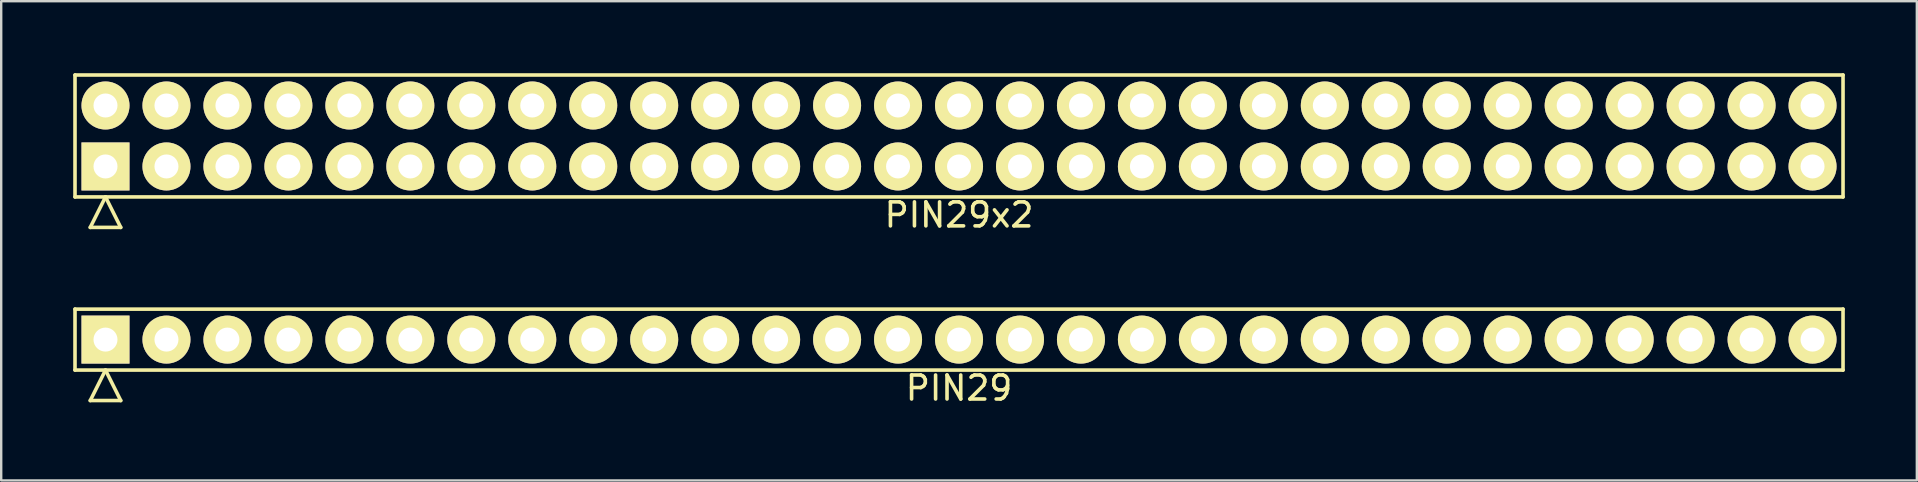
<source format=kicad_pcb>
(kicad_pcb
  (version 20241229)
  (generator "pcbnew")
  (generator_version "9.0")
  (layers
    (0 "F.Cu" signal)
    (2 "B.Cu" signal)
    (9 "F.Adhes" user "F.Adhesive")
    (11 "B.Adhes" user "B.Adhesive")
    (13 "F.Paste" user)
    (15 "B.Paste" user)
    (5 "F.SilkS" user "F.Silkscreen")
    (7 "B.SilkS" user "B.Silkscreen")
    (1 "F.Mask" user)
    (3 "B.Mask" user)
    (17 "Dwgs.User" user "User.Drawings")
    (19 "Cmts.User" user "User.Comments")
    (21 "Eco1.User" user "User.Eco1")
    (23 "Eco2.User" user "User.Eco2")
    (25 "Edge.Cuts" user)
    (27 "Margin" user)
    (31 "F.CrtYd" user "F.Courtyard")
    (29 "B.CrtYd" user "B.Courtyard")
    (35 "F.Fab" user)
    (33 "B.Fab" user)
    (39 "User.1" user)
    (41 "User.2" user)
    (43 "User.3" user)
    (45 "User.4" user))
  (footprint "PIN29x2"
    (layer "F.Cu")
    (at 36.905 2.615)
    (property "Reference" "PIN29x2" (at 0 3.29 0) (layer "F.SilkS") (effects (font (size 1 1) (thickness 0.15))))
    (attr through_hole)
    (fp_line (start -36.83 -2.54) (end -36.83 2.54) (stroke (width 0.15) (type solid)) (layer "F.SilkS"))
    (fp_line (start -36.83 2.54) (end 36.83 2.54) (stroke (width 0.15) (type solid)) (layer "F.SilkS"))
    (fp_line (start -36.195 3.81) (end -35.56 2.54) (stroke (width 0.15) (type solid)) (layer "F.SilkS"))
    (fp_line (start -36.195 3.81) (end -34.925 3.81) (stroke (width 0.15) (type solid)) (layer "F.SilkS"))
    (fp_line (start -34.925 3.81) (end -35.56 2.54) (stroke (width 0.15) (type solid)) (layer "F.SilkS"))
    (fp_line (start 36.83 -2.54) (end -36.83 -2.54) (stroke (width 0.15) (type solid)) (layer "F.SilkS"))
    (fp_line (start 36.83 2.54) (end 36.83 -2.54) (stroke (width 0.15) (type solid)) (layer "F.SilkS"))
    (pad "1" thru_hole rect (at -35.56 1.27) (size 2 2) (drill 1) (layers "*.Cu" "*.Mask" "F.SilkS"))
    (pad "2" thru_hole circle (at -35.56 -1.27) (size 2 2) (drill 1) (layers "*.Cu" "*.Mask" "F.SilkS"))
    (pad "3" thru_hole circle (at -33.02 1.27) (size 2 2) (drill 1) (layers "*.Cu" "*.Mask" "F.SilkS"))
    (pad "4" thru_hole circle (at -33.02 -1.27) (size 2 2) (drill 1) (layers "*.Cu" "*.Mask" "F.SilkS"))
    (pad "5" thru_hole circle (at -30.48 1.27) (size 2 2) (drill 1) (layers "*.Cu" "*.Mask" "F.SilkS"))
    (pad "6" thru_hole circle (at -30.48 -1.27) (size 2 2) (drill 1) (layers "*.Cu" "*.Mask" "F.SilkS"))
    (pad "7" thru_hole circle (at -27.94 1.27) (size 2 2) (drill 1) (layers "*.Cu" "*.Mask" "F.SilkS"))
    (pad "8" thru_hole circle (at -27.94 -1.27) (size 2 2) (drill 1) (layers "*.Cu" "*.Mask" "F.SilkS"))
    (pad "9" thru_hole circle (at -25.4 1.27) (size 2 2) (drill 1) (layers "*.Cu" "*.Mask" "F.SilkS"))
    (pad "10" thru_hole circle (at -25.4 -1.27) (size 2 2) (drill 1) (layers "*.Cu" "*.Mask" "F.SilkS"))
    (pad "11" thru_hole circle (at -22.86 1.27) (size 2 2) (drill 1) (layers "*.Cu" "*.Mask" "F.SilkS"))
    (pad "12" thru_hole circle (at -22.86 -1.27) (size 2 2) (drill 1) (layers "*.Cu" "*.Mask" "F.SilkS"))
    (pad "13" thru_hole circle (at -20.32 1.27) (size 2 2) (drill 1) (layers "*.Cu" "*.Mask" "F.SilkS"))
    (pad "14" thru_hole circle (at -20.32 -1.27) (size 2 2) (drill 1) (layers "*.Cu" "*.Mask" "F.SilkS"))
    (pad "15" thru_hole circle (at -17.78 1.27) (size 2 2) (drill 1) (layers "*.Cu" "*.Mask" "F.SilkS"))
    (pad "16" thru_hole circle (at -17.78 -1.27) (size 2 2) (drill 1) (layers "*.Cu" "*.Mask" "F.SilkS"))
    (pad "17" thru_hole circle (at -15.24 1.27) (size 2 2) (drill 1) (layers "*.Cu" "*.Mask" "F.SilkS"))
    (pad "18" thru_hole circle (at -15.24 -1.27) (size 2 2) (drill 1) (layers "*.Cu" "*.Mask" "F.SilkS"))
    (pad "19" thru_hole circle (at -12.7 1.27) (size 2 2) (drill 1) (layers "*.Cu" "*.Mask" "F.SilkS"))
    (pad "20" thru_hole circle (at -12.7 -1.27) (size 2 2) (drill 1) (layers "*.Cu" "*.Mask" "F.SilkS"))
    (pad "21" thru_hole circle (at -10.16 1.27) (size 2 2) (drill 1) (layers "*.Cu" "*.Mask" "F.SilkS"))
    (pad "22" thru_hole circle (at -10.16 -1.27) (size 2 2) (drill 1) (layers "*.Cu" "*.Mask" "F.SilkS"))
    (pad "23" thru_hole circle (at -7.62 1.27) (size 2 2) (drill 1) (layers "*.Cu" "*.Mask" "F.SilkS"))
    (pad "24" thru_hole circle (at -7.62 -1.27) (size 2 2) (drill 1) (layers "*.Cu" "*.Mask" "F.SilkS"))
    (pad "25" thru_hole circle (at -5.08 1.27) (size 2 2) (drill 1) (layers "*.Cu" "*.Mask" "F.SilkS"))
    (pad "26" thru_hole circle (at -5.08 -1.27) (size 2 2) (drill 1) (layers "*.Cu" "*.Mask" "F.SilkS"))
    (pad "27" thru_hole circle (at -2.54 1.27) (size 2 2) (drill 1) (layers "*.Cu" "*.Mask" "F.SilkS"))
    (pad "28" thru_hole circle (at -2.54 -1.27) (size 2 2) (drill 1) (layers "*.Cu" "*.Mask" "F.SilkS"))
    (pad "29" thru_hole circle (at 0 1.27) (size 2 2) (drill 1) (layers "*.Cu" "*.Mask" "F.SilkS"))
    (pad "30" thru_hole circle (at 0 -1.27) (size 2 2) (drill 1) (layers "*.Cu" "*.Mask" "F.SilkS"))
    (pad "31" thru_hole circle (at 2.54 1.27) (size 2 2) (drill 1) (layers "*.Cu" "*.Mask" "F.SilkS"))
    (pad "32" thru_hole circle (at 2.54 -1.27) (size 2 2) (drill 1) (layers "*.Cu" "*.Mask" "F.SilkS"))
    (pad "33" thru_hole circle (at 5.08 1.27) (size 2 2) (drill 1) (layers "*.Cu" "*.Mask" "F.SilkS"))
    (pad "34" thru_hole circle (at 5.08 -1.27) (size 2 2) (drill 1) (layers "*.Cu" "*.Mask" "F.SilkS"))
    (pad "35" thru_hole circle (at 7.62 1.27) (size 2 2) (drill 1) (layers "*.Cu" "*.Mask" "F.SilkS"))
    (pad "36" thru_hole circle (at 7.62 -1.27) (size 2 2) (drill 1) (layers "*.Cu" "*.Mask" "F.SilkS"))
    (pad "37" thru_hole circle (at 10.16 1.27) (size 2 2) (drill 1) (layers "*.Cu" "*.Mask" "F.SilkS"))
    (pad "38" thru_hole circle (at 10.16 -1.27) (size 2 2) (drill 1) (layers "*.Cu" "*.Mask" "F.SilkS"))
    (pad "39" thru_hole circle (at 12.7 1.27) (size 2 2) (drill 1) (layers "*.Cu" "*.Mask" "F.SilkS"))
    (pad "40" thru_hole circle (at 12.7 -1.27) (size 2 2) (drill 1) (layers "*.Cu" "*.Mask" "F.SilkS"))
    (pad "41" thru_hole circle (at 15.24 1.27) (size 2 2) (drill 1) (layers "*.Cu" "*.Mask" "F.SilkS"))
    (pad "42" thru_hole circle (at 15.24 -1.27) (size 2 2) (drill 1) (layers "*.Cu" "*.Mask" "F.SilkS"))
    (pad "43" thru_hole circle (at 17.78 1.27) (size 2 2) (drill 1) (layers "*.Cu" "*.Mask" "F.SilkS"))
    (pad "44" thru_hole circle (at 17.78 -1.27) (size 2 2) (drill 1) (layers "*.Cu" "*.Mask" "F.SilkS"))
    (pad "45" thru_hole circle (at 20.32 1.27) (size 2 2) (drill 1) (layers "*.Cu" "*.Mask" "F.SilkS"))
    (pad "46" thru_hole circle (at 20.32 -1.27) (size 2 2) (drill 1) (layers "*.Cu" "*.Mask" "F.SilkS"))
    (pad "47" thru_hole circle (at 22.86 1.27) (size 2 2) (drill 1) (layers "*.Cu" "*.Mask" "F.SilkS"))
    (pad "48" thru_hole circle (at 22.86 -1.27) (size 2 2) (drill 1) (layers "*.Cu" "*.Mask" "F.SilkS"))
    (pad "49" thru_hole circle (at 25.4 1.27) (size 2 2) (drill 1) (layers "*.Cu" "*.Mask" "F.SilkS"))
    (pad "50" thru_hole circle (at 25.4 -1.27) (size 2 2) (drill 1) (layers "*.Cu" "*.Mask" "F.SilkS"))
    (pad "51" thru_hole circle (at 27.94 1.27) (size 2 2) (drill 1) (layers "*.Cu" "*.Mask" "F.SilkS"))
    (pad "52" thru_hole circle (at 27.94 -1.27) (size 2 2) (drill 1) (layers "*.Cu" "*.Mask" "F.SilkS"))
    (pad "53" thru_hole circle (at 30.48 1.27) (size 2 2) (drill 1) (layers "*.Cu" "*.Mask" "F.SilkS"))
    (pad "54" thru_hole circle (at 30.48 -1.27) (size 2 2) (drill 1) (layers "*.Cu" "*.Mask" "F.SilkS"))
    (pad "55" thru_hole circle (at 33.02 1.27) (size 2 2) (drill 1) (layers "*.Cu" "*.Mask" "F.SilkS"))
    (pad "56" thru_hole circle (at 33.02 -1.27) (size 2 2) (drill 1) (layers "*.Cu" "*.Mask" "F.SilkS"))
    (pad "57" thru_hole circle (at 35.56 1.27) (size 2 2) (drill 1) (layers "*.Cu" "*.Mask" "F.SilkS"))
    (pad "58" thru_hole circle (at 35.56 -1.27) (size 2 2) (drill 1) (layers "*.Cu" "*.Mask" "F.SilkS")))
  (footprint "PIN29"
    (layer "F.Cu")
    (at 36.905 11.098)
    (property "Reference" "PIN29" (at 0 2.02 0) (layer "F.SilkS") (effects (font (size 1 1) (thickness 0.15))))
    (attr through_hole)
    (fp_line (start -36.83 -1.27) (end -36.83 1.27) (stroke (width 0.15) (type solid)) (layer "F.SilkS"))
    (fp_line (start -36.83 1.27) (end 36.83 1.27) (stroke (width 0.15) (type solid)) (layer "F.SilkS"))
    (fp_line (start -36.195 2.54) (end -35.56 1.27) (stroke (width 0.15) (type solid)) (layer "F.SilkS"))
    (fp_line (start -36.195 2.54) (end -34.925 2.54) (stroke (width 0.15) (type solid)) (layer "F.SilkS"))
    (fp_line (start -34.925 2.54) (end -35.56 1.27) (stroke (width 0.15) (type solid)) (layer "F.SilkS"))
    (fp_line (start 36.83 -1.27) (end -36.83 -1.27) (stroke (width 0.15) (type solid)) (layer "F.SilkS"))
    (fp_line (start 36.83 1.27) (end 36.83 -1.27) (stroke (width 0.15) (type solid)) (layer "F.SilkS"))
    (pad "1" thru_hole rect (at -35.56 0) (size 2 2) (drill 1) (layers "*.Cu" "*.Mask" "F.SilkS"))
    (pad "2" thru_hole circle (at -33.02 0) (size 2 2) (drill 1) (layers "*.Cu" "*.Mask" "F.SilkS"))
    (pad "3" thru_hole circle (at -30.48 0) (size 2 2) (drill 1) (layers "*.Cu" "*.Mask" "F.SilkS"))
    (pad "4" thru_hole circle (at -27.94 0) (size 2 2) (drill 1) (layers "*.Cu" "*.Mask" "F.SilkS"))
    (pad "5" thru_hole circle (at -25.4 0) (size 2 2) (drill 1) (layers "*.Cu" "*.Mask" "F.SilkS"))
    (pad "6" thru_hole circle (at -22.86 0) (size 2 2) (drill 1) (layers "*.Cu" "*.Mask" "F.SilkS"))
    (pad "7" thru_hole circle (at -20.32 0) (size 2 2) (drill 1) (layers "*.Cu" "*.Mask" "F.SilkS"))
    (pad "8" thru_hole circle (at -17.78 0) (size 2 2) (drill 1) (layers "*.Cu" "*.Mask" "F.SilkS"))
    (pad "9" thru_hole circle (at -15.24 0) (size 2 2) (drill 1) (layers "*.Cu" "*.Mask" "F.SilkS"))
    (pad "10" thru_hole circle (at -12.7 0) (size 2 2) (drill 1) (layers "*.Cu" "*.Mask" "F.SilkS"))
    (pad "11" thru_hole circle (at -10.16 0) (size 2 2) (drill 1) (layers "*.Cu" "*.Mask" "F.SilkS"))
    (pad "12" thru_hole circle (at -7.62 0) (size 2 2) (drill 1) (layers "*.Cu" "*.Mask" "F.SilkS"))
    (pad "13" thru_hole circle (at -5.08 0) (size 2 2) (drill 1) (layers "*.Cu" "*.Mask" "F.SilkS"))
    (pad "14" thru_hole circle (at -2.54 0) (size 2 2) (drill 1) (layers "*.Cu" "*.Mask" "F.SilkS"))
    (pad "15" thru_hole circle (at 0 0) (size 2 2) (drill 1) (layers "*.Cu" "*.Mask" "F.SilkS"))
    (pad "16" thru_hole circle (at 2.54 0) (size 2 2) (drill 1) (layers "*.Cu" "*.Mask" "F.SilkS"))
    (pad "17" thru_hole circle (at 5.08 0) (size 2 2) (drill 1) (layers "*.Cu" "*.Mask" "F.SilkS"))
    (pad "18" thru_hole circle (at 7.62 0) (size 2 2) (drill 1) (layers "*.Cu" "*.Mask" "F.SilkS"))
    (pad "19" thru_hole circle (at 10.16 0) (size 2 2) (drill 1) (layers "*.Cu" "*.Mask" "F.SilkS"))
    (pad "20" thru_hole circle (at 12.7 0) (size 2 2) (drill 1) (layers "*.Cu" "*.Mask" "F.SilkS"))
    (pad "21" thru_hole circle (at 15.24 0) (size 2 2) (drill 1) (layers "*.Cu" "*.Mask" "F.SilkS"))
    (pad "22" thru_hole circle (at 17.78 0) (size 2 2) (drill 1) (layers "*.Cu" "*.Mask" "F.SilkS"))
    (pad "23" thru_hole circle (at 20.32 0) (size 2 2) (drill 1) (layers "*.Cu" "*.Mask" "F.SilkS"))
    (pad "24" thru_hole circle (at 22.86 0) (size 2 2) (drill 1) (layers "*.Cu" "*.Mask" "F.SilkS"))
    (pad "25" thru_hole circle (at 25.4 0) (size 2 2) (drill 1) (layers "*.Cu" "*.Mask" "F.SilkS"))
    (pad "26" thru_hole circle (at 27.94 0) (size 2 2) (drill 1) (layers "*.Cu" "*.Mask" "F.SilkS"))
    (pad "27" thru_hole circle (at 30.48 0) (size 2 2) (drill 1) (layers "*.Cu" "*.Mask" "F.SilkS"))
    (pad "28" thru_hole circle (at 33.02 0) (size 2 2) (drill 1) (layers "*.Cu" "*.Mask" "F.SilkS"))
    (pad "29" thru_hole circle (at 35.56 0) (size 2 2) (drill 1) (layers "*.Cu" "*.Mask" "F.SilkS")))
  (gr_rect
    (start -3 -3)
    (end 76.81 16.966)
    (stroke (width 0.1) (type default))
    (fill no)
    (layer "Edge.Cuts")))
</source>
